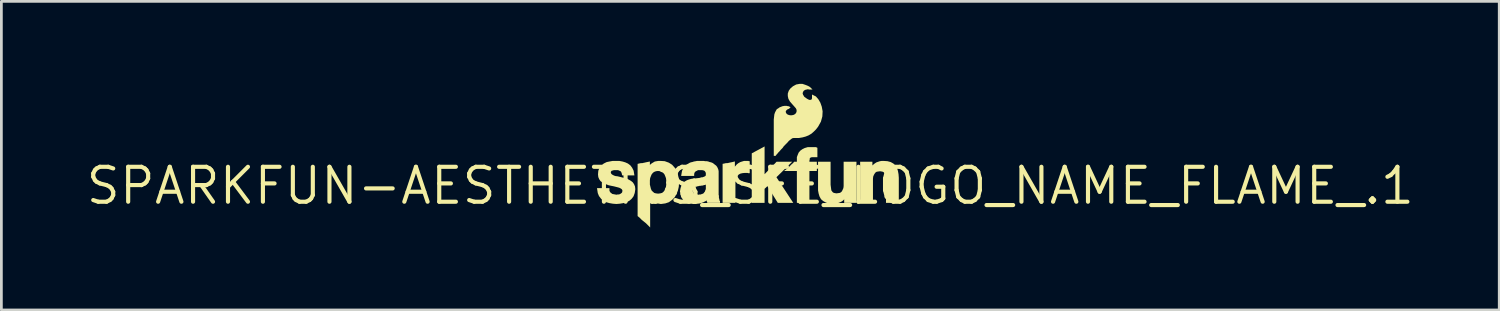
<source format=kicad_pcb>
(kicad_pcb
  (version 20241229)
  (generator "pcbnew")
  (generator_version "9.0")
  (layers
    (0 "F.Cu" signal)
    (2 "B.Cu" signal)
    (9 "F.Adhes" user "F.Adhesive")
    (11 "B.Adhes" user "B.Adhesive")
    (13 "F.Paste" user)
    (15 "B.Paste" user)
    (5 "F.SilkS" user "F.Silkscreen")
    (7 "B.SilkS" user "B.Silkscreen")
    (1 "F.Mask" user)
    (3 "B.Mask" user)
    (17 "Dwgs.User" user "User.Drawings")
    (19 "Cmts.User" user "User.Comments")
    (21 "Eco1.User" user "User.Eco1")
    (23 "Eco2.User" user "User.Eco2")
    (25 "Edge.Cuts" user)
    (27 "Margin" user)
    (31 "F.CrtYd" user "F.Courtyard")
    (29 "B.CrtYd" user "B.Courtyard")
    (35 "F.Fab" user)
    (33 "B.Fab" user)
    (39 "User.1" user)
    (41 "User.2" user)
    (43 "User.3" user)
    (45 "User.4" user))
  (footprint "SPARKFUN-AESTHETICS_SFE_LOGO_NAME_FLAME_.1"
    (layer "F.Cu")
    (at 24.228 3.704)
    (property "Reference" "SPARKFUN-AESTHETICS_SFE_LOGO_NAME_FLAME_.1" (at 0 0 0) (layer "F.SilkS") (effects (font (size 1.27 1.27) (thickness 0.15))))
    (fp_poly (pts (xy -2.588 -0.143) (xy -2.601 0.04) (xy -2.633 0.176) (xy -2.699 0.335) (xy -3.107 0.144) (xy -3.066 0.035) (xy -3.057 -0.038) (xy -3.057 -0.155)) (stroke (width 0) (type default)) (fill yes) (layer "F.SilkS"))
    (fp_poly (pts (xy -1.695 -0.036) (xy -1.75 -0.008) (xy -1.773 -0.008) (xy -1.803 0.002) (xy -1.843 0.002) (xy -1.873 0.012) (xy -1.91 0.012) (xy -1.93 0.022) (xy -1.985 0.022) (xy -2.092 -0.258) (xy -1.864 -0.284) (xy -1.76 -0.299)) (stroke (width 0) (type default)) (fill yes) (layer "F.SilkS"))
    (fp_poly (pts (xy 0.519 -0.421) (xy 0.955 -0.874) (xy 1.524 -0.874) (xy 0.95 -0.311) (xy 1.562 0.622) (xy 1 0.622) (xy 0.623 0.014) (xy 0.519 0.111) (xy 0.519 0.622) (xy 0.053 0.622) (xy 0.053 -1.179) (xy 0.519 -1.43)) (stroke (width 0) (type default)) (fill yes) (layer "F.SilkS"))
    (fp_poly (pts (xy 2.439 -1.38) (xy 2.439 -1.038) (xy 2.236 -1.038) (xy 2.204 -1.03) (xy 2.177 -1.016) (xy 2.164 -0.997) (xy 2.159 -0.987) (xy 2.159 -0.951) (xy 2.149 -0.911) (xy 2.149 -0.874) (xy 2.419 -0.874) (xy 2.419 -0.538) (xy 2.149 -0.538) (xy 2.149 0.622) (xy 1.693 0.622) (xy 1.693 -0.538) (xy 1.227 -0.538) (xy 1.356 -0.635) (xy 1.516 -0.795) (xy 1.554 -0.823) (xy 1.592 -0.874) (xy 1.693 -0.874) (xy 1.693 -1.043) (xy 1.726 -1.13) (xy 1.758 -1.206) (xy 1.815 -1.274) (xy 1.891 -1.329) (xy 1.977 -1.372) (xy 2.085 -1.404) (xy 2.39 -1.404)) (stroke (width 0) (type default)) (fill yes) (layer "F.SilkS"))
    (fp_poly (pts (xy -0.053 -0.894) (xy -0.021 -0.894) (xy -0.021 -0.458) (xy -0.078 -0.458) (xy -0.098 -0.468) (xy -0.197 -0.468) (xy -0.292 -0.458) (xy -0.365 -0.44) (xy -0.424 -0.406) (xy -0.468 -0.354) (xy -0.504 -0.291) (xy -0.522 -0.227) (xy -0.541 -0.142) (xy -0.541 0.622) (xy -1.007 0.622) (xy -1.007 -0.797) (xy -0.927 -0.813) (xy -0.884 -0.824) (xy -0.833 -0.824) (xy -0.787 -0.833) (xy -0.747 -0.843) (xy -0.647 -0.863) (xy -0.561 -0.885) (xy -0.561 -0.695) (xy -0.549 -0.71) (xy -0.496 -0.773) (xy -0.44 -0.818) (xy -0.365 -0.861) (xy -0.3 -0.882) (xy -0.224 -0.904) (xy -0.063 -0.904)) (stroke (width 0) (type default)) (fill yes) (layer "F.SilkS"))
    (fp_poly (pts (xy 2.919 -0.038) (xy 2.939 0.118) (xy 2.947 0.169) (xy 2.997 0.235) (xy 3.035 0.258) (xy 3.078 0.267) (xy 3.132 0.276) (xy 3.205 0.266) (xy 3.258 0.258) (xy 3.297 0.234) (xy 3.33 0.201) (xy 3.356 0.148) (xy 3.384 0.084) (xy 3.393 0.012) (xy 3.393 -0.874) (xy 3.859 -0.874) (xy 3.859 0.622) (xy 3.413 0.622) (xy 3.413 0.49) (xy 3.388 0.521) (xy 3.332 0.566) (xy 3.267 0.599) (xy 3.214 0.62) (xy 3.15 0.641) (xy 3.077 0.652) (xy 3.013 0.662) (xy 2.863 0.652) (xy 2.745 0.609) (xy 2.649 0.555) (xy 2.571 0.488) (xy 2.516 0.389) (xy 2.484 0.283) (xy 2.463 0.167) (xy 2.463 -0.874) (xy 2.919 -0.874)) (stroke (width 0) (type default)) (fill yes) (layer "F.SilkS"))
    (fp_poly (pts (xy 4.987 -0.894) (xy 5.105 -0.862) (xy 5.204 -0.807) (xy 5.281 -0.73) (xy 5.336 -0.642) (xy 5.368 -0.535) (xy 5.389 -0.421) (xy 5.399 -0.287) (xy 5.399 0.622) (xy 4.933 0.622) (xy 4.933 -0.214) (xy 4.923 -0.291) (xy 4.913 -0.36) (xy 4.905 -0.413) (xy 4.879 -0.455) (xy 4.855 -0.487) (xy 4.817 -0.51) (xy 4.774 -0.519) (xy 4.72 -0.528) (xy 4.647 -0.518) (xy 4.594 -0.51) (xy 4.556 -0.487) (xy 4.522 -0.444) (xy 4.495 -0.399) (xy 4.468 -0.336) (xy 4.459 -0.254) (xy 4.459 0.622) (xy 3.993 0.622) (xy 3.993 -0.874) (xy 4.439 -0.874) (xy 4.439 -0.738) (xy 4.466 -0.764) (xy 4.518 -0.807) (xy 4.584 -0.851) (xy 4.712 -0.893) (xy 4.778 -0.904) (xy 4.842 -0.904)) (stroke (width 0) (type default)) (fill yes) (layer "F.SilkS"))
    (fp_poly (pts (xy -3.111 -0.894) (xy -2.962 -0.84) (xy -2.844 -0.765) (xy -2.749 -0.659) (xy -2.674 -0.542) (xy -2.632 -0.406) (xy -2.601 -0.261) (xy -2.588 -0.067) (xy -3.057 -0.079) (xy -3.057 -0.204) (xy -3.066 -0.277) (xy -3.094 -0.352) (xy -3.122 -0.416) (xy -3.165 -0.467) (xy -3.217 -0.502) (xy -3.279 -0.529) (xy -3.359 -0.538) (xy -3.43 -0.529) (xy -3.5 -0.502) (xy -3.542 -0.469) (xy -3.586 -0.416) (xy -3.614 -0.352) (xy -3.642 -0.277) (xy -3.651 -0.204) (xy -3.651 -0.041) (xy -3.613 0.112) (xy -3.587 0.172) (xy -3.543 0.216) (xy -3.491 0.26) (xy -3.432 0.276) (xy -3.349 0.286) (xy -3.276 0.276) (xy -3.207 0.259) (xy -3.156 0.217) (xy -3.122 0.174) (xy -3.078 0.073) (xy -2.666 0.267) (xy -2.748 0.417) (xy -2.844 0.513) (xy -2.961 0.598) (xy -3.09 0.641) (xy -3.25 0.663) (xy -3.441 0.631) (xy -3.507 0.597) (xy -3.614 0.533) (xy -3.641 0.5) (xy -3.641 1.516) (xy -3.794 1.362) (xy -3.944 1.242) (xy -4.034 1.152) (xy -4.097 1.102) (xy -4.097 -0.796) (xy -4.027 -0.813) (xy -3.973 -0.824) (xy -3.924 -0.824) (xy -3.887 -0.833) (xy -3.837 -0.843) (xy -3.797 -0.853) (xy -3.651 -0.882) (xy -3.651 -0.758) (xy -3.634 -0.774) (xy -3.581 -0.817) (xy -3.472 -0.882) (xy -3.342 -0.904) (xy -3.268 -0.904)) (stroke (width 0) (type default)) (fill yes) (layer "F.SilkS"))
    (fp_poly (pts (xy -4.65 -0.883) (xy -4.546 -0.852) (xy -4.45 -0.809) (xy -4.362 -0.743) (xy -4.296 -0.656) (xy -4.242 -0.548) (xy -4.214 -0.378) (xy -4.66 -0.378) (xy -4.676 -0.455) (xy -4.693 -0.498) (xy -4.706 -0.519) (xy -4.728 -0.533) (xy -4.765 -0.551) (xy -4.806 -0.568) (xy -4.963 -0.568) (xy -4.988 -0.559) (xy -5.028 -0.549) (xy -5.045 -0.544) (xy -5.071 -0.504) (xy -5.071 -0.481) (xy -5.064 -0.453) (xy -5.042 -0.423) (xy -5.009 -0.399) (xy -4.954 -0.371) (xy -4.901 -0.353) (xy -4.822 -0.344) (xy -4.58 -0.283) (xy -4.485 -0.262) (xy -4.337 -0.177) (xy -4.27 -0.122) (xy -4.225 -0.054) (xy -4.192 0.024) (xy -4.181 0.125) (xy -4.202 0.263) (xy -4.245 0.382) (xy -4.311 0.47) (xy -4.398 0.546) (xy -4.505 0.6) (xy -4.621 0.631) (xy -4.744 0.652) (xy -4.869 0.662) (xy -4.994 0.652) (xy -5.117 0.631) (xy -5.233 0.6) (xy -5.34 0.546) (xy -5.427 0.47) (xy -5.502 0.373) (xy -5.546 0.264) (xy -5.573 0.086) (xy -5.121 0.086) (xy -5.121 0.177) (xy -5.105 0.215) (xy -5.082 0.247) (xy -5.014 0.298) (xy -4.962 0.307) (xy -4.912 0.317) (xy -4.861 0.325) (xy -4.824 0.316) (xy -4.784 0.316) (xy -4.752 0.308) (xy -4.719 0.291) (xy -4.684 0.265) (xy -4.663 0.245) (xy -4.648 0.184) (xy -4.655 0.157) (xy -4.669 0.129) (xy -4.7 0.106) (xy -4.745 0.079) (xy -4.8 0.061) (xy -4.957 0.021) (xy -5.057 0.001) (xy -5.15 -0.019) (xy -5.233 -0.051) (xy -5.306 -0.082) (xy -5.379 -0.124) (xy -5.446 -0.169) (xy -5.493 -0.238) (xy -5.526 -0.316) (xy -5.537 -0.415) (xy -5.526 -0.545) (xy -5.482 -0.656) (xy -5.406 -0.743) (xy -5.33 -0.808) (xy -5.221 -0.862) (xy -5.116 -0.883) (xy -5.002 -0.904) (xy -4.766 -0.904)) (stroke (width 0) (type default)) (fill yes) (layer "F.SilkS"))
    (fp_poly (pts (xy 1.994 -3.672) (xy 2.076 -3.641) (xy 2.141 -3.609) (xy 2.186 -3.575) (xy 2.263 -3.498) (xy 2.135 -3.498) (xy 2.105 -3.508) (xy 2.086 -3.508) (xy 2.049 -3.499) (xy 2.003 -3.49) (xy 1.971 -3.473) (xy 1.939 -3.449) (xy 1.926 -3.429) (xy 1.916 -3.401) (xy 1.906 -3.381) (xy 1.901 -3.366) (xy 1.908 -3.347) (xy 1.916 -3.312) (xy 1.934 -3.285) (xy 1.952 -3.249) (xy 1.975 -3.226) (xy 2.003 -3.207) (xy 2.043 -3.177) (xy 2.07 -3.159) (xy 2.14 -3.124) (xy 2.195 -3.124) (xy 2.214 -3.131) (xy 2.229 -3.14) (xy 2.243 -3.182) (xy 2.243 -3.318) (xy 2.385 -3.247) (xy 2.472 -3.148) (xy 2.546 -3.022) (xy 2.598 -2.876) (xy 2.629 -2.708) (xy 2.619 -2.52) (xy 2.567 -2.331) (xy 2.463 -2.145) (xy 2.39 -2.051) (xy 2.307 -1.968) (xy 2.224 -1.895) (xy 2.118 -1.832) (xy 2.013 -1.79) (xy 1.899 -1.759) (xy 1.774 -1.738) (xy 1.584 -1.738) (xy 1.534 -1.73) (xy 1.493 -1.705) (xy 1.398 -1.629) (xy 1.349 -1.57) (xy 1.22 -1.441) (xy 1.17 -1.371) (xy 1.109 -1.31) (xy 1.059 -1.25) (xy 1.01 -1.201) (xy 0.98 -1.161) (xy 0.951 -1.132) (xy 0.921 -1.088) (xy 0.853 -1.088) (xy 0.853 -2.408) (xy 0.874 -2.594) (xy 0.896 -2.661) (xy 0.928 -2.724) (xy 0.963 -2.784) (xy 1.02 -2.818) (xy 1.062 -2.85) (xy 1.171 -2.893) (xy 1.238 -2.904) (xy 1.326 -2.904) (xy 1.366 -2.894) (xy 1.39 -2.894) (xy 1.465 -2.856) (xy 1.414 -2.805) (xy 1.366 -2.781) (xy 1.342 -2.773) (xy 1.311 -2.742) (xy 1.296 -2.719) (xy 1.289 -2.7) (xy 1.289 -2.682) (xy 1.296 -2.661) (xy 1.312 -2.629) (xy 1.335 -2.606) (xy 1.359 -2.59) (xy 1.402 -2.573) (xy 1.445 -2.564) (xy 1.516 -2.564) (xy 1.585 -2.581) (xy 1.635 -2.614) (xy 1.667 -2.654) (xy 1.683 -2.702) (xy 1.683 -2.758) (xy 1.658 -2.815) (xy 1.592 -2.891) (xy 1.512 -2.981) (xy 1.44 -3.064) (xy 1.385 -3.162) (xy 1.363 -3.262) (xy 1.363 -3.352) (xy 1.397 -3.453) (xy 1.452 -3.532) (xy 1.549 -3.617) (xy 1.668 -3.682) (xy 1.788 -3.704) (xy 1.897 -3.704)) (stroke (width 0) (type default)) (fill yes) (layer "F.SilkS"))
    (fp_poly (pts (xy -1.645 -0.894) (xy -1.585 -0.894) (xy -1.528 -0.883) (xy -1.478 -0.863) (xy -1.428 -0.853) (xy -1.37 -0.83) (xy -1.242 -0.733) (xy -1.206 -0.686) (xy -1.184 -0.642) (xy -1.162 -0.587) (xy -1.151 -0.53) (xy -1.151 0.335) (xy -1.141 0.355) (xy -1.141 0.445) (xy -1.131 0.465) (xy -1.131 0.485) (xy -1.121 0.505) (xy -1.121 0.535) (xy -1.118 0.541) (xy -1.101 0.558) (xy -1.101 0.622) (xy -1.567 0.622) (xy -1.567 0.59) (xy -1.577 0.58) (xy -1.577 0.57) (xy -1.587 0.56) (xy -1.587 0.53) (xy -1.589 0.528) (xy -1.605 0.544) (xy -1.642 0.569) (xy -1.672 0.579) (xy -1.702 0.599) (xy -1.833 0.642) (xy -1.863 0.642) (xy -1.893 0.652) (xy -1.933 0.652) (xy -1.963 0.662) (xy -2.083 0.662) (xy -2.133 0.652) (xy -2.184 0.652) (xy -2.231 0.64) (xy -2.285 0.619) (xy -2.328 0.597) (xy -2.358 0.577) (xy -2.402 0.555) (xy -2.439 0.518) (xy -2.46 0.486) (xy -2.49 0.446) (xy -2.515 0.409) (xy -2.525 0.356) (xy -2.547 0.313) (xy -2.547 0.258) (xy -2.558 0.204) (xy -2.536 0.085) (xy -2.504 -0.012) (xy -2.459 -0.091) (xy -2.381 -0.157) (xy -2.305 -0.201) (xy -2.22 -0.232) (xy -2.136 -0.254) (xy -2.014 -0.267) (xy -1.909 0.008) (xy -1.974 0.029) (xy -1.986 0.035) (xy -1.996 0.045) (xy -2.036 0.065) (xy -2.046 0.075) (xy -2.061 0.082) (xy -2.081 0.123) (xy -2.081 0.143) (xy -2.091 0.163) (xy -2.091 0.198) (xy -2.081 0.228) (xy -2.081 0.245) (xy -2.078 0.251) (xy -2.068 0.261) (xy -2.061 0.276) (xy -2.046 0.283) (xy -2.036 0.293) (xy -2.01 0.306) (xy -1.99 0.306) (xy -1.97 0.316) (xy -1.95 0.316) (xy -1.93 0.326) (xy -1.893 0.326) (xy -1.843 0.316) (xy -1.798 0.316) (xy -1.762 0.298) (xy -1.725 0.289) (xy -1.703 0.274) (xy -1.689 0.26) (xy -1.669 0.23) (xy -1.652 0.213) (xy -1.634 0.159) (xy -1.624 0.139) (xy -1.617 0.118) (xy -1.617 -0.044) (xy -1.65 -0.028) (xy -1.67 -0.028) (xy -1.69 -0.018) (xy -1.769 -0.018) (xy -1.835 -0.283) (xy -1.73 -0.312) (xy -1.675 -0.331) (xy -1.635 -0.355) (xy -1.617 -0.379) (xy -1.617 -0.467) (xy -1.64 -0.513) (xy -1.65 -0.523) (xy -1.657 -0.538) (xy -1.698 -0.558) (xy -1.718 -0.558) (xy -1.738 -0.568) (xy -1.9 -0.568) (xy -1.986 -0.525) (xy -2.018 -0.493) (xy -2.024 -0.481) (xy -2.034 -0.451) (xy -2.041 -0.437) (xy -2.041 -0.358) (xy -2.514 -0.358) (xy -2.486 -0.525) (xy -2.463 -0.594) (xy -2.431 -0.637) (xy -2.401 -0.687) (xy -2.366 -0.733) (xy -2.32 -0.768) (xy -2.216 -0.83) (xy -2.16 -0.853) (xy -2.109 -0.863) (xy -2.048 -0.883) (xy -1.986 -0.893) (xy -1.933 -0.904) (xy -1.695 -0.904)) (stroke (width 0) (type default)) (fill yes) (layer "F.SilkS")))
  (gr_rect
    (start -3 -3)
    (end 51.456 8.22)
    (stroke (width 0.1) (type default))
    (fill no)
    (layer "Edge.Cuts")))
</source>
